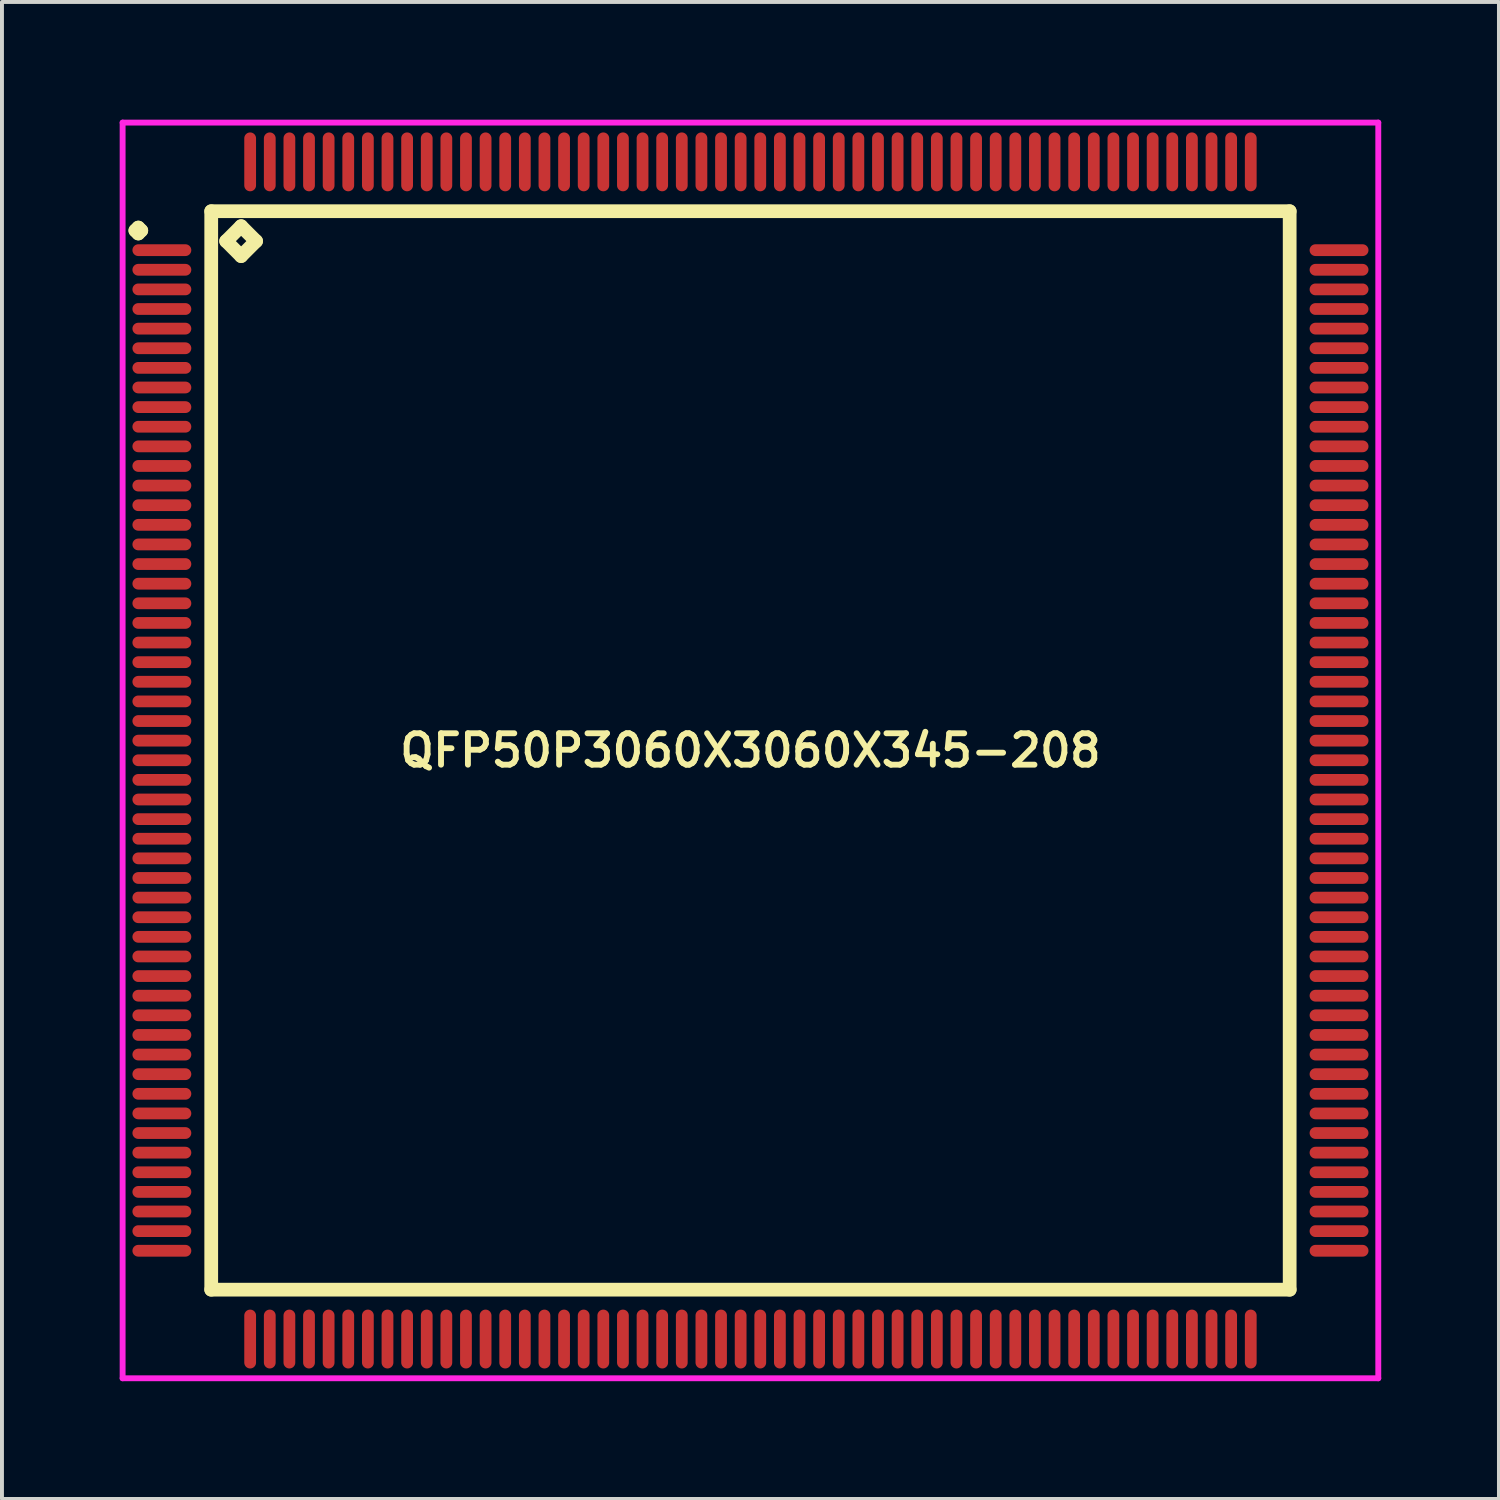
<source format=kicad_pcb>
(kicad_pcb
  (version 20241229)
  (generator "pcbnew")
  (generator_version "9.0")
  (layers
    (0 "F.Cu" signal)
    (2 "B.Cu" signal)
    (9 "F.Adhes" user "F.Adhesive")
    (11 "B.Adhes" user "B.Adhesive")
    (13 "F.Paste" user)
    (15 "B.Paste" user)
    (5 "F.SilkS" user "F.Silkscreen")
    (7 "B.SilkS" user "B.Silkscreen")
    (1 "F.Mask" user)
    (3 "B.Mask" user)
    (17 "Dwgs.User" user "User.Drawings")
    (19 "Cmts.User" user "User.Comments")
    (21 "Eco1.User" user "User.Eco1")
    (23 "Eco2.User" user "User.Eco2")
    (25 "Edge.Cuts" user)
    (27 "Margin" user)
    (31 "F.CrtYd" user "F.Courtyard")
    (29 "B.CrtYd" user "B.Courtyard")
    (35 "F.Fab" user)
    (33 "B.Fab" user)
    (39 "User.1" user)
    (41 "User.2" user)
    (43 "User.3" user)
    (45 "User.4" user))
  (footprint "QFP50P3060X3060X345-208"
    (layer "F.Cu")
    (at 16.075 16.075)
    (property "Reference" "QFP50P3060X3060X345-208" (at 0 0 0) (layer "F.SilkS") (effects (font (size 0.8 0.8) (thickness 0.15))))
    (attr smd)
    (fp_line (start -15.675 -13.25) (end -15.6 -13.325) (stroke (width 0.35) (type solid)) (layer "F.SilkS"))
    (fp_line (start -15.6 -13.325) (end -15.525 -13.25) (stroke (width 0.35) (type solid)) (layer "F.SilkS"))
    (fp_line (start -15.6 -13.175) (end -15.675 -13.25) (stroke (width 0.35) (type solid)) (layer "F.SilkS"))
    (fp_line (start -15.525 -13.25) (end -15.6 -13.175) (stroke (width 0.35) (type solid)) (layer "F.SilkS"))
    (fp_line (start -13.742 -13.742) (end -13.742 13.742) (stroke (width 0.35) (type solid)) (layer "F.SilkS"))
    (fp_line (start -13.742 13.742) (end 13.742 13.742) (stroke (width 0.35) (type solid)) (layer "F.SilkS"))
    (fp_line (start -13.361 -12.98) (end -12.98 -13.361) (stroke (width 0.35) (type solid)) (layer "F.SilkS"))
    (fp_line (start -12.98 -13.361) (end -12.599 -12.98) (stroke (width 0.35) (type solid)) (layer "F.SilkS"))
    (fp_line (start -12.98 -12.599) (end -13.361 -12.98) (stroke (width 0.35) (type solid)) (layer "F.SilkS"))
    (fp_line (start -12.599 -12.98) (end -12.98 -12.599) (stroke (width 0.35) (type solid)) (layer "F.SilkS"))
    (fp_line (start 13.742 -13.742) (end -13.742 -13.742) (stroke (width 0.35) (type solid)) (layer "F.SilkS"))
    (fp_line (start 13.742 13.742) (end 13.742 -13.742) (stroke (width 0.35) (type solid)) (layer "F.SilkS"))
    (fp_line (start -16 -16) (end 16 -16) (stroke (width 0.15) (type solid)) (layer "F.CrtYd"))
    (fp_line (start -16 16) (end -16 -16) (stroke (width 0.15) (type solid)) (layer "F.CrtYd"))
    (fp_line (start 16 -16) (end 16 16) (stroke (width 0.15) (type solid)) (layer "F.CrtYd"))
    (fp_line (start 16 16) (end -16 16) (stroke (width 0.15) (type solid)) (layer "F.CrtYd"))
    (pad "1" smd oval (at -15 -12.75) (size 1.5 0.3) (layers "F.Cu" "F.Mask" "F.Paste"))
    (pad "2" smd oval (at -15 -12.25) (size 1.5 0.3) (layers "F.Cu" "F.Mask" "F.Paste"))
    (pad "3" smd oval (at -15 -11.75) (size 1.5 0.3) (layers "F.Cu" "F.Mask" "F.Paste"))
    (pad "4" smd oval (at -15 -11.25) (size 1.5 0.3) (layers "F.Cu" "F.Mask" "F.Paste"))
    (pad "5" smd oval (at -15 -10.75) (size 1.5 0.3) (layers "F.Cu" "F.Mask" "F.Paste"))
    (pad "6" smd oval (at -15 -10.25) (size 1.5 0.3) (layers "F.Cu" "F.Mask" "F.Paste"))
    (pad "7" smd oval (at -15 -9.75) (size 1.5 0.3) (layers "F.Cu" "F.Mask" "F.Paste"))
    (pad "8" smd oval (at -15 -9.25) (size 1.5 0.3) (layers "F.Cu" "F.Mask" "F.Paste"))
    (pad "9" smd oval (at -15 -8.75) (size 1.5 0.3) (layers "F.Cu" "F.Mask" "F.Paste"))
    (pad "10" smd oval (at -15 -8.25) (size 1.5 0.3) (layers "F.Cu" "F.Mask" "F.Paste"))
    (pad "11" smd oval (at -15 -7.75) (size 1.5 0.3) (layers "F.Cu" "F.Mask" "F.Paste"))
    (pad "12" smd oval (at -15 -7.25) (size 1.5 0.3) (layers "F.Cu" "F.Mask" "F.Paste"))
    (pad "13" smd oval (at -15 -6.75) (size 1.5 0.3) (layers "F.Cu" "F.Mask" "F.Paste"))
    (pad "14" smd oval (at -15 -6.25) (size 1.5 0.3) (layers "F.Cu" "F.Mask" "F.Paste"))
    (pad "15" smd oval (at -15 -5.75) (size 1.5 0.3) (layers "F.Cu" "F.Mask" "F.Paste"))
    (pad "16" smd oval (at -15 -5.25) (size 1.5 0.3) (layers "F.Cu" "F.Mask" "F.Paste"))
    (pad "17" smd oval (at -15 -4.75) (size 1.5 0.3) (layers "F.Cu" "F.Mask" "F.Paste"))
    (pad "18" smd oval (at -15 -4.25) (size 1.5 0.3) (layers "F.Cu" "F.Mask" "F.Paste"))
    (pad "19" smd oval (at -15 -3.75) (size 1.5 0.3) (layers "F.Cu" "F.Mask" "F.Paste"))
    (pad "20" smd oval (at -15 -3.25) (size 1.5 0.3) (layers "F.Cu" "F.Mask" "F.Paste"))
    (pad "21" smd oval (at -15 -2.75) (size 1.5 0.3) (layers "F.Cu" "F.Mask" "F.Paste"))
    (pad "22" smd oval (at -15 -2.25) (size 1.5 0.3) (layers "F.Cu" "F.Mask" "F.Paste"))
    (pad "23" smd oval (at -15 -1.75) (size 1.5 0.3) (layers "F.Cu" "F.Mask" "F.Paste"))
    (pad "24" smd oval (at -15 -1.25) (size 1.5 0.3) (layers "F.Cu" "F.Mask" "F.Paste"))
    (pad "25" smd oval (at -15 -0.75) (size 1.5 0.3) (layers "F.Cu" "F.Mask" "F.Paste"))
    (pad "26" smd oval (at -15 -0.25) (size 1.5 0.3) (layers "F.Cu" "F.Mask" "F.Paste"))
    (pad "27" smd oval (at -15 0.25) (size 1.5 0.3) (layers "F.Cu" "F.Mask" "F.Paste"))
    (pad "28" smd oval (at -15 0.75) (size 1.5 0.3) (layers "F.Cu" "F.Mask" "F.Paste"))
    (pad "29" smd oval (at -15 1.25) (size 1.5 0.3) (layers "F.Cu" "F.Mask" "F.Paste"))
    (pad "30" smd oval (at -15 1.75) (size 1.5 0.3) (layers "F.Cu" "F.Mask" "F.Paste"))
    (pad "31" smd oval (at -15 2.25) (size 1.5 0.3) (layers "F.Cu" "F.Mask" "F.Paste"))
    (pad "32" smd oval (at -15 2.75) (size 1.5 0.3) (layers "F.Cu" "F.Mask" "F.Paste"))
    (pad "33" smd oval (at -15 3.25) (size 1.5 0.3) (layers "F.Cu" "F.Mask" "F.Paste"))
    (pad "34" smd oval (at -15 3.75) (size 1.5 0.3) (layers "F.Cu" "F.Mask" "F.Paste"))
    (pad "35" smd oval (at -15 4.25) (size 1.5 0.3) (layers "F.Cu" "F.Mask" "F.Paste"))
    (pad "36" smd oval (at -15 4.75) (size 1.5 0.3) (layers "F.Cu" "F.Mask" "F.Paste"))
    (pad "37" smd oval (at -15 5.25) (size 1.5 0.3) (layers "F.Cu" "F.Mask" "F.Paste"))
    (pad "38" smd oval (at -15 5.75) (size 1.5 0.3) (layers "F.Cu" "F.Mask" "F.Paste"))
    (pad "39" smd oval (at -15 6.25) (size 1.5 0.3) (layers "F.Cu" "F.Mask" "F.Paste"))
    (pad "40" smd oval (at -15 6.75) (size 1.5 0.3) (layers "F.Cu" "F.Mask" "F.Paste"))
    (pad "41" smd oval (at -15 7.25) (size 1.5 0.3) (layers "F.Cu" "F.Mask" "F.Paste"))
    (pad "42" smd oval (at -15 7.75) (size 1.5 0.3) (layers "F.Cu" "F.Mask" "F.Paste"))
    (pad "43" smd oval (at -15 8.25) (size 1.5 0.3) (layers "F.Cu" "F.Mask" "F.Paste"))
    (pad "44" smd oval (at -15 8.75) (size 1.5 0.3) (layers "F.Cu" "F.Mask" "F.Paste"))
    (pad "45" smd oval (at -15 9.25) (size 1.5 0.3) (layers "F.Cu" "F.Mask" "F.Paste"))
    (pad "46" smd oval (at -15 9.75) (size 1.5 0.3) (layers "F.Cu" "F.Mask" "F.Paste"))
    (pad "47" smd oval (at -15 10.25) (size 1.5 0.3) (layers "F.Cu" "F.Mask" "F.Paste"))
    (pad "48" smd oval (at -15 10.75) (size 1.5 0.3) (layers "F.Cu" "F.Mask" "F.Paste"))
    (pad "49" smd oval (at -15 11.25) (size 1.5 0.3) (layers "F.Cu" "F.Mask" "F.Paste"))
    (pad "50" smd oval (at -15 11.75) (size 1.5 0.3) (layers "F.Cu" "F.Mask" "F.Paste"))
    (pad "51" smd oval (at -15 12.25) (size 1.5 0.3) (layers "F.Cu" "F.Mask" "F.Paste"))
    (pad "52" smd oval (at -15 12.75) (size 1.5 0.3) (layers "F.Cu" "F.Mask" "F.Paste"))
    (pad "53" smd oval (at -12.75 15) (size 0.3 1.5) (layers "F.Cu" "F.Mask" "F.Paste"))
    (pad "54" smd oval (at -12.25 15) (size 0.3 1.5) (layers "F.Cu" "F.Mask" "F.Paste"))
    (pad "55" smd oval (at -11.75 15) (size 0.3 1.5) (layers "F.Cu" "F.Mask" "F.Paste"))
    (pad "56" smd oval (at -11.25 15) (size 0.3 1.5) (layers "F.Cu" "F.Mask" "F.Paste"))
    (pad "57" smd oval (at -10.75 15) (size 0.3 1.5) (layers "F.Cu" "F.Mask" "F.Paste"))
    (pad "58" smd oval (at -10.25 15) (size 0.3 1.5) (layers "F.Cu" "F.Mask" "F.Paste"))
    (pad "59" smd oval (at -9.75 15) (size 0.3 1.5) (layers "F.Cu" "F.Mask" "F.Paste"))
    (pad "60" smd oval (at -9.25 15) (size 0.3 1.5) (layers "F.Cu" "F.Mask" "F.Paste"))
    (pad "61" smd oval (at -8.75 15) (size 0.3 1.5) (layers "F.Cu" "F.Mask" "F.Paste"))
    (pad "62" smd oval (at -8.25 15) (size 0.3 1.5) (layers "F.Cu" "F.Mask" "F.Paste"))
    (pad "63" smd oval (at -7.75 15) (size 0.3 1.5) (layers "F.Cu" "F.Mask" "F.Paste"))
    (pad "64" smd oval (at -7.25 15) (size 0.3 1.5) (layers "F.Cu" "F.Mask" "F.Paste"))
    (pad "65" smd oval (at -6.75 15) (size 0.3 1.5) (layers "F.Cu" "F.Mask" "F.Paste"))
    (pad "66" smd oval (at -6.25 15) (size 0.3 1.5) (layers "F.Cu" "F.Mask" "F.Paste"))
    (pad "67" smd oval (at -5.75 15) (size 0.3 1.5) (layers "F.Cu" "F.Mask" "F.Paste"))
    (pad "68" smd oval (at -5.25 15) (size 0.3 1.5) (layers "F.Cu" "F.Mask" "F.Paste"))
    (pad "69" smd oval (at -4.75 15) (size 0.3 1.5) (layers "F.Cu" "F.Mask" "F.Paste"))
    (pad "70" smd oval (at -4.25 15) (size 0.3 1.5) (layers "F.Cu" "F.Mask" "F.Paste"))
    (pad "71" smd oval (at -3.75 15) (size 0.3 1.5) (layers "F.Cu" "F.Mask" "F.Paste"))
    (pad "72" smd oval (at -3.25 15) (size 0.3 1.5) (layers "F.Cu" "F.Mask" "F.Paste"))
    (pad "73" smd oval (at -2.75 15) (size 0.3 1.5) (layers "F.Cu" "F.Mask" "F.Paste"))
    (pad "74" smd oval (at -2.25 15) (size 0.3 1.5) (layers "F.Cu" "F.Mask" "F.Paste"))
    (pad "75" smd oval (at -1.75 15) (size 0.3 1.5) (layers "F.Cu" "F.Mask" "F.Paste"))
    (pad "76" smd oval (at -1.25 15) (size 0.3 1.5) (layers "F.Cu" "F.Mask" "F.Paste"))
    (pad "77" smd oval (at -0.75 15) (size 0.3 1.5) (layers "F.Cu" "F.Mask" "F.Paste"))
    (pad "78" smd oval (at -0.25 15) (size 0.3 1.5) (layers "F.Cu" "F.Mask" "F.Paste"))
    (pad "79" smd oval (at 0.25 15) (size 0.3 1.5) (layers "F.Cu" "F.Mask" "F.Paste"))
    (pad "80" smd oval (at 0.75 15) (size 0.3 1.5) (layers "F.Cu" "F.Mask" "F.Paste"))
    (pad "81" smd oval (at 1.25 15) (size 0.3 1.5) (layers "F.Cu" "F.Mask" "F.Paste"))
    (pad "82" smd oval (at 1.75 15) (size 0.3 1.5) (layers "F.Cu" "F.Mask" "F.Paste"))
    (pad "83" smd oval (at 2.25 15) (size 0.3 1.5) (layers "F.Cu" "F.Mask" "F.Paste"))
    (pad "84" smd oval (at 2.75 15) (size 0.3 1.5) (layers "F.Cu" "F.Mask" "F.Paste"))
    (pad "85" smd oval (at 3.25 15) (size 0.3 1.5) (layers "F.Cu" "F.Mask" "F.Paste"))
    (pad "86" smd oval (at 3.75 15) (size 0.3 1.5) (layers "F.Cu" "F.Mask" "F.Paste"))
    (pad "87" smd oval (at 4.25 15) (size 0.3 1.5) (layers "F.Cu" "F.Mask" "F.Paste"))
    (pad "88" smd oval (at 4.75 15) (size 0.3 1.5) (layers "F.Cu" "F.Mask" "F.Paste"))
    (pad "89" smd oval (at 5.25 15) (size 0.3 1.5) (layers "F.Cu" "F.Mask" "F.Paste"))
    (pad "90" smd oval (at 5.75 15) (size 0.3 1.5) (layers "F.Cu" "F.Mask" "F.Paste"))
    (pad "91" smd oval (at 6.25 15) (size 0.3 1.5) (layers "F.Cu" "F.Mask" "F.Paste"))
    (pad "92" smd oval (at 6.75 15) (size 0.3 1.5) (layers "F.Cu" "F.Mask" "F.Paste"))
    (pad "93" smd oval (at 7.25 15) (size 0.3 1.5) (layers "F.Cu" "F.Mask" "F.Paste"))
    (pad "94" smd oval (at 7.75 15) (size 0.3 1.5) (layers "F.Cu" "F.Mask" "F.Paste"))
    (pad "95" smd oval (at 8.25 15) (size 0.3 1.5) (layers "F.Cu" "F.Mask" "F.Paste"))
    (pad "96" smd oval (at 8.75 15) (size 0.3 1.5) (layers "F.Cu" "F.Mask" "F.Paste"))
    (pad "97" smd oval (at 9.25 15) (size 0.3 1.5) (layers "F.Cu" "F.Mask" "F.Paste"))
    (pad "98" smd oval (at 9.75 15) (size 0.3 1.5) (layers "F.Cu" "F.Mask" "F.Paste"))
    (pad "99" smd oval (at 10.25 15) (size 0.3 1.5) (layers "F.Cu" "F.Mask" "F.Paste"))
    (pad "100" smd oval (at 10.75 15) (size 0.3 1.5) (layers "F.Cu" "F.Mask" "F.Paste"))
    (pad "101" smd oval (at 11.25 15) (size 0.3 1.5) (layers "F.Cu" "F.Mask" "F.Paste"))
    (pad "102" smd oval (at 11.75 15) (size 0.3 1.5) (layers "F.Cu" "F.Mask" "F.Paste"))
    (pad "103" smd oval (at 12.25 15) (size 0.3 1.5) (layers "F.Cu" "F.Mask" "F.Paste"))
    (pad "104" smd oval (at 12.75 15) (size 0.3 1.5) (layers "F.Cu" "F.Mask" "F.Paste"))
    (pad "105" smd oval (at 15 12.75) (size 1.5 0.3) (layers "F.Cu" "F.Mask" "F.Paste"))
    (pad "106" smd oval (at 15 12.25) (size 1.5 0.3) (layers "F.Cu" "F.Mask" "F.Paste"))
    (pad "107" smd oval (at 15 11.75) (size 1.5 0.3) (layers "F.Cu" "F.Mask" "F.Paste"))
    (pad "108" smd oval (at 15 11.25) (size 1.5 0.3) (layers "F.Cu" "F.Mask" "F.Paste"))
    (pad "109" smd oval (at 15 10.75) (size 1.5 0.3) (layers "F.Cu" "F.Mask" "F.Paste"))
    (pad "110" smd oval (at 15 10.25) (size 1.5 0.3) (layers "F.Cu" "F.Mask" "F.Paste"))
    (pad "111" smd oval (at 15 9.75) (size 1.5 0.3) (layers "F.Cu" "F.Mask" "F.Paste"))
    (pad "112" smd oval (at 15 9.25) (size 1.5 0.3) (layers "F.Cu" "F.Mask" "F.Paste"))
    (pad "113" smd oval (at 15 8.75) (size 1.5 0.3) (layers "F.Cu" "F.Mask" "F.Paste"))
    (pad "114" smd oval (at 15 8.25) (size 1.5 0.3) (layers "F.Cu" "F.Mask" "F.Paste"))
    (pad "115" smd oval (at 15 7.75) (size 1.5 0.3) (layers "F.Cu" "F.Mask" "F.Paste"))
    (pad "116" smd oval (at 15 7.25) (size 1.5 0.3) (layers "F.Cu" "F.Mask" "F.Paste"))
    (pad "117" smd oval (at 15 6.75) (size 1.5 0.3) (layers "F.Cu" "F.Mask" "F.Paste"))
    (pad "118" smd oval (at 15 6.25) (size 1.5 0.3) (layers "F.Cu" "F.Mask" "F.Paste"))
    (pad "119" smd oval (at 15 5.75) (size 1.5 0.3) (layers "F.Cu" "F.Mask" "F.Paste"))
    (pad "120" smd oval (at 15 5.25) (size 1.5 0.3) (layers "F.Cu" "F.Mask" "F.Paste"))
    (pad "121" smd oval (at 15 4.75) (size 1.5 0.3) (layers "F.Cu" "F.Mask" "F.Paste"))
    (pad "122" smd oval (at 15 4.25) (size 1.5 0.3) (layers "F.Cu" "F.Mask" "F.Paste"))
    (pad "123" smd oval (at 15 3.75) (size 1.5 0.3) (layers "F.Cu" "F.Mask" "F.Paste"))
    (pad "124" smd oval (at 15 3.25) (size 1.5 0.3) (layers "F.Cu" "F.Mask" "F.Paste"))
    (pad "125" smd oval (at 15 2.75) (size 1.5 0.3) (layers "F.Cu" "F.Mask" "F.Paste"))
    (pad "126" smd oval (at 15 2.25) (size 1.5 0.3) (layers "F.Cu" "F.Mask" "F.Paste"))
    (pad "127" smd oval (at 15 1.75) (size 1.5 0.3) (layers "F.Cu" "F.Mask" "F.Paste"))
    (pad "128" smd oval (at 15 1.25) (size 1.5 0.3) (layers "F.Cu" "F.Mask" "F.Paste"))
    (pad "129" smd oval (at 15 0.75) (size 1.5 0.3) (layers "F.Cu" "F.Mask" "F.Paste"))
    (pad "130" smd oval (at 15 0.25) (size 1.5 0.3) (layers "F.Cu" "F.Mask" "F.Paste"))
    (pad "131" smd oval (at 15 -0.25) (size 1.5 0.3) (layers "F.Cu" "F.Mask" "F.Paste"))
    (pad "132" smd oval (at 15 -0.75) (size 1.5 0.3) (layers "F.Cu" "F.Mask" "F.Paste"))
    (pad "133" smd oval (at 15 -1.25) (size 1.5 0.3) (layers "F.Cu" "F.Mask" "F.Paste"))
    (pad "134" smd oval (at 15 -1.75) (size 1.5 0.3) (layers "F.Cu" "F.Mask" "F.Paste"))
    (pad "135" smd oval (at 15 -2.25) (size 1.5 0.3) (layers "F.Cu" "F.Mask" "F.Paste"))
    (pad "136" smd oval (at 15 -2.75) (size 1.5 0.3) (layers "F.Cu" "F.Mask" "F.Paste"))
    (pad "137" smd oval (at 15 -3.25) (size 1.5 0.3) (layers "F.Cu" "F.Mask" "F.Paste"))
    (pad "138" smd oval (at 15 -3.75) (size 1.5 0.3) (layers "F.Cu" "F.Mask" "F.Paste"))
    (pad "139" smd oval (at 15 -4.25) (size 1.5 0.3) (layers "F.Cu" "F.Mask" "F.Paste"))
    (pad "140" smd oval (at 15 -4.75) (size 1.5 0.3) (layers "F.Cu" "F.Mask" "F.Paste"))
    (pad "141" smd oval (at 15 -5.25) (size 1.5 0.3) (layers "F.Cu" "F.Mask" "F.Paste"))
    (pad "142" smd oval (at 15 -5.75) (size 1.5 0.3) (layers "F.Cu" "F.Mask" "F.Paste"))
    (pad "143" smd oval (at 15 -6.25) (size 1.5 0.3) (layers "F.Cu" "F.Mask" "F.Paste"))
    (pad "144" smd oval (at 15 -6.75) (size 1.5 0.3) (layers "F.Cu" "F.Mask" "F.Paste"))
    (pad "145" smd oval (at 15 -7.25) (size 1.5 0.3) (layers "F.Cu" "F.Mask" "F.Paste"))
    (pad "146" smd oval (at 15 -7.75) (size 1.5 0.3) (layers "F.Cu" "F.Mask" "F.Paste"))
    (pad "147" smd oval (at 15 -8.25) (size 1.5 0.3) (layers "F.Cu" "F.Mask" "F.Paste"))
    (pad "148" smd oval (at 15 -8.75) (size 1.5 0.3) (layers "F.Cu" "F.Mask" "F.Paste"))
    (pad "149" smd oval (at 15 -9.25) (size 1.5 0.3) (layers "F.Cu" "F.Mask" "F.Paste"))
    (pad "150" smd oval (at 15 -9.75) (size 1.5 0.3) (layers "F.Cu" "F.Mask" "F.Paste"))
    (pad "151" smd oval (at 15 -10.25) (size 1.5 0.3) (layers "F.Cu" "F.Mask" "F.Paste"))
    (pad "152" smd oval (at 15 -10.75) (size 1.5 0.3) (layers "F.Cu" "F.Mask" "F.Paste"))
    (pad "153" smd oval (at 15 -11.25) (size 1.5 0.3) (layers "F.Cu" "F.Mask" "F.Paste"))
    (pad "154" smd oval (at 15 -11.75) (size 1.5 0.3) (layers "F.Cu" "F.Mask" "F.Paste"))
    (pad "155" smd oval (at 15 -12.25) (size 1.5 0.3) (layers "F.Cu" "F.Mask" "F.Paste"))
    (pad "156" smd oval (at 15 -12.75) (size 1.5 0.3) (layers "F.Cu" "F.Mask" "F.Paste"))
    (pad "157" smd oval (at 12.75 -15) (size 0.3 1.5) (layers "F.Cu" "F.Mask" "F.Paste"))
    (pad "158" smd oval (at 12.25 -15) (size 0.3 1.5) (layers "F.Cu" "F.Mask" "F.Paste"))
    (pad "159" smd oval (at 11.75 -15) (size 0.3 1.5) (layers "F.Cu" "F.Mask" "F.Paste"))
    (pad "160" smd oval (at 11.25 -15) (size 0.3 1.5) (layers "F.Cu" "F.Mask" "F.Paste"))
    (pad "161" smd oval (at 10.75 -15) (size 0.3 1.5) (layers "F.Cu" "F.Mask" "F.Paste"))
    (pad "162" smd oval (at 10.25 -15) (size 0.3 1.5) (layers "F.Cu" "F.Mask" "F.Paste"))
    (pad "163" smd oval (at 9.75 -15) (size 0.3 1.5) (layers "F.Cu" "F.Mask" "F.Paste"))
    (pad "164" smd oval (at 9.25 -15) (size 0.3 1.5) (layers "F.Cu" "F.Mask" "F.Paste"))
    (pad "165" smd oval (at 8.75 -15) (size 0.3 1.5) (layers "F.Cu" "F.Mask" "F.Paste"))
    (pad "166" smd oval (at 8.25 -15) (size 0.3 1.5) (layers "F.Cu" "F.Mask" "F.Paste"))
    (pad "167" smd oval (at 7.75 -15) (size 0.3 1.5) (layers "F.Cu" "F.Mask" "F.Paste"))
    (pad "168" smd oval (at 7.25 -15) (size 0.3 1.5) (layers "F.Cu" "F.Mask" "F.Paste"))
    (pad "169" smd oval (at 6.75 -15) (size 0.3 1.5) (layers "F.Cu" "F.Mask" "F.Paste"))
    (pad "170" smd oval (at 6.25 -15) (size 0.3 1.5) (layers "F.Cu" "F.Mask" "F.Paste"))
    (pad "171" smd oval (at 5.75 -15) (size 0.3 1.5) (layers "F.Cu" "F.Mask" "F.Paste"))
    (pad "172" smd oval (at 5.25 -15) (size 0.3 1.5) (layers "F.Cu" "F.Mask" "F.Paste"))
    (pad "173" smd oval (at 4.75 -15) (size 0.3 1.5) (layers "F.Cu" "F.Mask" "F.Paste"))
    (pad "174" smd oval (at 4.25 -15) (size 0.3 1.5) (layers "F.Cu" "F.Mask" "F.Paste"))
    (pad "175" smd oval (at 3.75 -15) (size 0.3 1.5) (layers "F.Cu" "F.Mask" "F.Paste"))
    (pad "176" smd oval (at 3.25 -15) (size 0.3 1.5) (layers "F.Cu" "F.Mask" "F.Paste"))
    (pad "177" smd oval (at 2.75 -15) (size 0.3 1.5) (layers "F.Cu" "F.Mask" "F.Paste"))
    (pad "178" smd oval (at 2.25 -15) (size 0.3 1.5) (layers "F.Cu" "F.Mask" "F.Paste"))
    (pad "179" smd oval (at 1.75 -15) (size 0.3 1.5) (layers "F.Cu" "F.Mask" "F.Paste"))
    (pad "180" smd oval (at 1.25 -15) (size 0.3 1.5) (layers "F.Cu" "F.Mask" "F.Paste"))
    (pad "181" smd oval (at 0.75 -15) (size 0.3 1.5) (layers "F.Cu" "F.Mask" "F.Paste"))
    (pad "182" smd oval (at 0.25 -15) (size 0.3 1.5) (layers "F.Cu" "F.Mask" "F.Paste"))
    (pad "183" smd oval (at -0.25 -15) (size 0.3 1.5) (layers "F.Cu" "F.Mask" "F.Paste"))
    (pad "184" smd oval (at -0.75 -15) (size 0.3 1.5) (layers "F.Cu" "F.Mask" "F.Paste"))
    (pad "185" smd oval (at -1.25 -15) (size 0.3 1.5) (layers "F.Cu" "F.Mask" "F.Paste"))
    (pad "186" smd oval (at -1.75 -15) (size 0.3 1.5) (layers "F.Cu" "F.Mask" "F.Paste"))
    (pad "187" smd oval (at -2.25 -15) (size 0.3 1.5) (layers "F.Cu" "F.Mask" "F.Paste"))
    (pad "188" smd oval (at -2.75 -15) (size 0.3 1.5) (layers "F.Cu" "F.Mask" "F.Paste"))
    (pad "189" smd oval (at -3.25 -15) (size 0.3 1.5) (layers "F.Cu" "F.Mask" "F.Paste"))
    (pad "190" smd oval (at -3.75 -15) (size 0.3 1.5) (layers "F.Cu" "F.Mask" "F.Paste"))
    (pad "191" smd oval (at -4.25 -15) (size 0.3 1.5) (layers "F.Cu" "F.Mask" "F.Paste"))
    (pad "192" smd oval (at -4.75 -15) (size 0.3 1.5) (layers "F.Cu" "F.Mask" "F.Paste"))
    (pad "193" smd oval (at -5.25 -15) (size 0.3 1.5) (layers "F.Cu" "F.Mask" "F.Paste"))
    (pad "194" smd oval (at -5.75 -15) (size 0.3 1.5) (layers "F.Cu" "F.Mask" "F.Paste"))
    (pad "195" smd oval (at -6.25 -15) (size 0.3 1.5) (layers "F.Cu" "F.Mask" "F.Paste"))
    (pad "196" smd oval (at -6.75 -15) (size 0.3 1.5) (layers "F.Cu" "F.Mask" "F.Paste"))
    (pad "197" smd oval (at -7.25 -15) (size 0.3 1.5) (layers "F.Cu" "F.Mask" "F.Paste"))
    (pad "198" smd oval (at -7.75 -15) (size 0.3 1.5) (layers "F.Cu" "F.Mask" "F.Paste"))
    (pad "199" smd oval (at -8.25 -15) (size 0.3 1.5) (layers "F.Cu" "F.Mask" "F.Paste"))
    (pad "200" smd oval (at -8.75 -15) (size 0.3 1.5) (layers "F.Cu" "F.Mask" "F.Paste"))
    (pad "201" smd oval (at -9.25 -15) (size 0.3 1.5) (layers "F.Cu" "F.Mask" "F.Paste"))
    (pad "202" smd oval (at -9.75 -15) (size 0.3 1.5) (layers "F.Cu" "F.Mask" "F.Paste"))
    (pad "203" smd oval (at -10.25 -15) (size 0.3 1.5) (layers "F.Cu" "F.Mask" "F.Paste"))
    (pad "204" smd oval (at -10.75 -15) (size 0.3 1.5) (layers "F.Cu" "F.Mask" "F.Paste"))
    (pad "205" smd oval (at -11.25 -15) (size 0.3 1.5) (layers "F.Cu" "F.Mask" "F.Paste"))
    (pad "206" smd oval (at -11.75 -15) (size 0.3 1.5) (layers "F.Cu" "F.Mask" "F.Paste"))
    (pad "207" smd oval (at -12.25 -15) (size 0.3 1.5) (layers "F.Cu" "F.Mask" "F.Paste"))
    (pad "208" smd oval (at -12.75 -15) (size 0.3 1.5) (layers "F.Cu" "F.Mask" "F.Paste")))
  (gr_rect
    (start -3 -3)
    (end 35.15 35.15)
    (stroke (width 0.1) (type default))
    (fill no)
    (layer "Edge.Cuts")))
</source>
